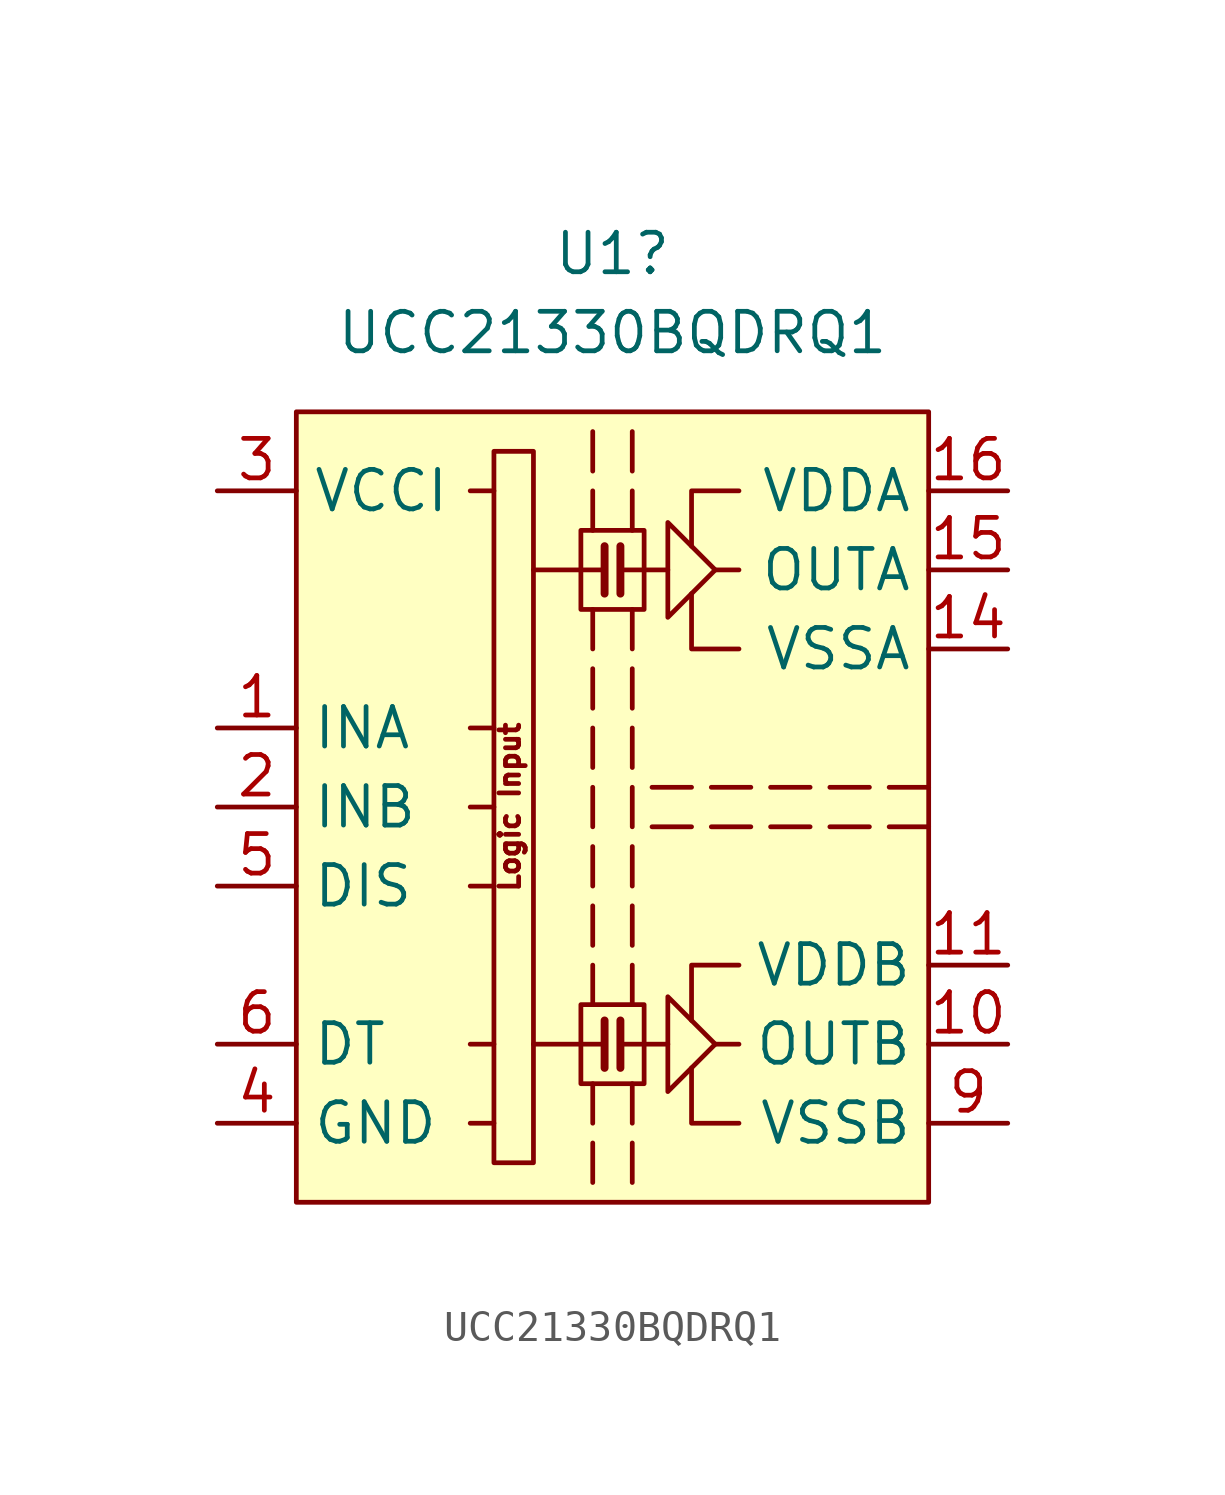
<source format=kicad_sym>
(kicad_symbol_lib
  (version 20241209)
  (generator "kicad_symbol_editor")
  (generator_version "9.0")
  (symbol "UCC21330BQDRQ1"
    (property "Reference" "U1"
      (at 0 17.78 0)
      (effects (font (size 1.27 1.27))))
    (property "Value" "UCC21330BQDRQ1"
      (at 0 15.24 0)
      (effects (font (size 1.27 1.27))))
    (symbol "UCC21330BQDRQ1_0_0"
      (polyline (pts (xy -0.635 12.065) (xy -0.635 10.795)) (stroke (width 0) (type default)) (fill (type none)))
      (polyline (pts (xy -0.635 10.16) (xy -0.635 8.89)) (stroke (width 0) (type default)) (fill (type none)))
      (polyline (pts (xy -0.635 6.35) (xy -0.635 5.08)) (stroke (width 0) (type default)) (fill (type none)))
      (polyline (pts (xy -0.254 8.382) (xy -0.254 6.858)) (stroke (width 0.254) (type default)) (fill (type none)))
      (polyline (pts (xy -0.254 7.62) (xy -2.54 7.62)) (stroke (width 0) (type default)) (fill (type none)))
      (polyline (pts (xy -0.254 -6.858) (xy -0.254 -8.382)) (stroke (width 0.254) (type default)) (fill (type none)))
      (polyline (pts (xy -0.254 -7.62) (xy -2.54 -7.62)) (stroke (width 0) (type default)) (fill (type none)))
      (polyline (pts (xy 0.254 8.382) (xy 0.254 6.858)) (stroke (width 0.254) (type default)) (fill (type none)))
      (polyline (pts (xy 0.254 7.62) (xy 1.778 7.62)) (stroke (width 0) (type default)) (fill (type none)))
      (polyline (pts (xy 0.254 -6.858) (xy 0.254 -8.382)) (stroke (width 0.254) (type default)) (fill (type none)))
      (polyline (pts (xy 0.254 -7.62) (xy 1.778 -7.62)) (stroke (width 0) (type default)) (fill (type none)))
      (polyline (pts (xy 0.635 10.795) (xy 0.635 12.065)) (stroke (width 0) (type default)) (fill (type none)))
      (polyline (pts (xy 0.635 8.89) (xy 0.635 10.16)) (stroke (width 0) (type default)) (fill (type none)))
      (polyline (pts (xy 0.635 6.35) (xy 0.635 5.08)) (stroke (width 0) (type default)) (fill (type none)))
      (rectangle (start 1.016 8.89) (end -1.016 6.35) (stroke (width 0) (type default)) (fill (type none)))
      (rectangle (start 1.016 -6.35) (end -1.016 -8.89) (stroke (width 0) (type default)) (fill (type none)))
      (polyline (pts (xy 2.54 0.635) (xy 1.27 0.635)) (stroke (width 0) (type default)) (fill (type none)))
      (polyline (pts (xy 2.54 -0.635) (xy 1.27 -0.635)) (stroke (width 0) (type default)) (fill (type none)))
      (polyline (pts (xy 3.302 7.62) (xy 1.778 6.096) (xy 1.778 9.144) (xy 3.302 7.62)) (stroke (width 0) (type default)) (fill (type none)))
      (polyline (pts (xy 3.302 -7.62) (xy 1.778 -9.144) (xy 1.778 -6.096) (xy 3.302 -7.62)) (stroke (width 0) (type default)) (fill (type none)))
      (polyline (pts (xy 4.064 10.16) (xy 2.54 10.16) (xy 2.54 8.382)) (stroke (width 0) (type default)) (fill (type none)))
      (polyline (pts (xy 4.064 7.62) (xy 3.302 7.62)) (stroke (width 0) (type default)) (fill (type none)))
      (polyline (pts (xy 4.064 5.08) (xy 2.54 5.08) (xy 2.54 6.858)) (stroke (width 0) (type default)) (fill (type none)))
      (polyline (pts (xy 4.064 -5.08) (xy 2.54 -5.08) (xy 2.54 -6.858)) (stroke (width 0) (type default)) (fill (type none)))
      (polyline (pts (xy 4.064 -7.62) (xy 3.302 -7.62)) (stroke (width 0) (type default)) (fill (type none)))
      (polyline (pts (xy 4.064 -10.16) (xy 2.54 -10.16) (xy 2.54 -8.382)) (stroke (width 0) (type default)) (fill (type none)))
      (polyline (pts (xy 4.445 0.635) (xy 3.175 0.635)) (stroke (width 0) (type default)) (fill (type none)))
      (polyline (pts (xy 4.445 -0.635) (xy 3.175 -0.635)) (stroke (width 0) (type default)) (fill (type none)))
      (polyline (pts (xy 6.35 0.635) (xy 5.08 0.635)) (stroke (width 0) (type default)) (fill (type none)))
      (polyline (pts (xy 6.35 -0.635) (xy 5.08 -0.635)) (stroke (width 0) (type default)) (fill (type none)))
      (polyline (pts (xy 8.255 0.635) (xy 6.985 0.635)) (stroke (width 0) (type default)) (fill (type none)))
      (polyline (pts (xy 8.255 -0.635) (xy 6.985 -0.635)) (stroke (width 0) (type default)) (fill (type none)))
      (polyline (pts (xy 10.16 0.635) (xy 8.89 0.635)) (stroke (width 0) (type default)) (fill (type none)))
      (polyline (pts (xy 10.16 -0.635) (xy 8.89 -0.635)) (stroke (width 0) (type default)) (fill (type none)))
      (text "Logic Input" (at -3.302 0 900) (effects (font (size 0.635 0.635)))))
    (symbol "UCC21330BQDRQ1_0_1"
      (rectangle (start -3.81 11.43) (end -2.54 -11.43) (stroke (width 0) (type default)) (fill (type none)))
      (polyline (pts (xy -3.81 10.16) (xy -4.572 10.16)) (stroke (width 0) (type default)) (fill (type none)))
      (polyline (pts (xy -3.81 2.54) (xy -4.572 2.54)) (stroke (width 0) (type default)) (fill (type none)))
      (polyline (pts (xy -3.81 0) (xy -4.572 0)) (stroke (width 0) (type default)) (fill (type none)))
      (polyline (pts (xy -3.81 -2.54) (xy -4.572 -2.54)) (stroke (width 0) (type default)) (fill (type none)))
      (polyline (pts (xy -3.81 -7.62) (xy -4.572 -7.62)) (stroke (width 0) (type default)) (fill (type none)))
      (polyline (pts (xy -3.81 -10.16) (xy -4.572 -10.16)) (stroke (width 0) (type default)) (fill (type none)))
      (polyline (pts (xy -0.635 4.445) (xy -0.635 3.175)) (stroke (width 0) (type default)) (fill (type none)))
      (polyline (pts (xy -0.635 2.54) (xy -0.635 1.27)) (stroke (width 0) (type default)) (fill (type none)))
      (polyline (pts (xy -0.635 0.635) (xy -0.635 -0.635)) (stroke (width 0) (type default)) (fill (type none)))
      (polyline (pts (xy -0.635 -1.27) (xy -0.635 -2.54)) (stroke (width 0) (type default)) (fill (type none)))
      (polyline (pts (xy -0.635 -3.175) (xy -0.635 -4.445)) (stroke (width 0) (type default)) (fill (type none)))
      (polyline (pts (xy -0.635 -5.08) (xy -0.635 -6.35)) (stroke (width 0) (type default)) (fill (type none)))
      (polyline (pts (xy -0.635 -8.89) (xy -0.635 -10.16)) (stroke (width 0) (type default)) (fill (type none)))
      (polyline (pts (xy -0.635 -10.795) (xy -0.635 -12.065)) (stroke (width 0) (type default)) (fill (type none)))
      (polyline (pts (xy 0.635 4.445) (xy 0.635 3.175)) (stroke (width 0) (type default)) (fill (type none)))
      (polyline (pts (xy 0.635 2.54) (xy 0.635 1.27)) (stroke (width 0) (type default)) (fill (type none)))
      (polyline (pts (xy 0.635 0.635) (xy 0.635 -0.635)) (stroke (width 0) (type default)) (fill (type none)))
      (polyline (pts (xy 0.635 -1.27) (xy 0.635 -2.54)) (stroke (width 0) (type default)) (fill (type none)))
      (polyline (pts (xy 0.635 -3.175) (xy 0.635 -4.445)) (stroke (width 0) (type default)) (fill (type none)))
      (polyline (pts (xy 0.635 -5.08) (xy 0.635 -6.35)) (stroke (width 0) (type default)) (fill (type none)))
      (polyline (pts (xy 0.635 -8.89) (xy 0.635 -10.16)) (stroke (width 0) (type default)) (fill (type none)))
      (polyline (pts (xy 0.635 -10.795) (xy 0.635 -12.065)) (stroke (width 0) (type default)) (fill (type none)))
      (rectangle (start 10.16 12.7) (end -10.16 -12.7) (stroke (width 0) (type default)) (fill (type background))))
    (symbol "UCC21330BQDRQ1_1_1"
      (pin power_in line (at -12.7 10.16 0) (length 2.54) (name "VCCI" (effects (font (size 1.27 1.27)))) (number "3" (effects (font (size 1.27 1.27)))))
      (pin passive line (at -12.7 10.16 0) (length 2.54) (hide yes) (name "VCCI" (effects (font (size 1.27 1.27)))) (number "8" (effects (font (size 1.27 1.27)))))
      (pin input line (at -12.7 2.54 0) (length 2.54) (name "INA" (effects (font (size 1.27 1.27)))) (number "1" (effects (font (size 1.27 1.27)))))
      (pin input line (at -12.7 0 0) (length 2.54) (name "INB" (effects (font (size 1.27 1.27)))) (number "2" (effects (font (size 1.27 1.27)))))
      (pin input line (at -12.7 -2.54 0) (length 2.54) (name "DIS" (effects (font (size 1.27 1.27)))) (number "5" (effects (font (size 1.27 1.27)))))
      (pin passive line (at -12.7 -7.62 0) (length 2.54) (name "DT" (effects (font (size 1.27 1.27)))) (number "6" (effects (font (size 1.27 1.27)))))
      (pin power_in line (at -12.7 -10.16 0) (length 2.54) (name "GND" (effects (font (size 1.27 1.27)))) (number "4" (effects (font (size 1.27 1.27)))))
      (pin no_connect line (at -10.16 -5.08 0) (length 2.54) (hide yes) (name "NC" (effects (font (size 1.27 1.27)))) (number "7" (effects (font (size 1.27 1.27)))))
      (pin no_connect line (at 10.16 2.54 180) (length 2.54) (hide yes) (name "NC" (effects (font (size 1.27 1.27)))) (number "13" (effects (font (size 1.27 1.27)))))
      (pin no_connect line (at 10.16 -2.54 180) (length 2.54) (hide yes) (name "NC" (effects (font (size 1.27 1.27)))) (number "12" (effects (font (size 1.27 1.27)))))
      (pin power_in line (at 12.7 10.16 180) (length 2.54) (name "VDDA" (effects (font (size 1.27 1.27)))) (number "16" (effects (font (size 1.27 1.27)))))
      (pin output line (at 12.7 7.62 180) (length 2.54) (name "OUTA" (effects (font (size 1.27 1.27)))) (number "15" (effects (font (size 1.27 1.27)))))
      (pin power_in line (at 12.7 5.08 180) (length 2.54) (name "VSSA" (effects (font (size 1.27 1.27)))) (number "14" (effects (font (size 1.27 1.27)))))
      (pin power_in line (at 12.7 -5.08 180) (length 2.54) (name "VDDB" (effects (font (size 1.27 1.27)))) (number "11" (effects (font (size 1.27 1.27)))))
      (pin output line (at 12.7 -7.62 180) (length 2.54) (name "OUTB" (effects (font (size 1.27 1.27)))) (number "10" (effects (font (size 1.27 1.27)))))
      (pin power_in line (at 12.7 -10.16 180) (length 2.54) (name "VSSB" (effects (font (size 1.27 1.27)))) (number "9" (effects (font (size 1.27 1.27))))))))
</source>
